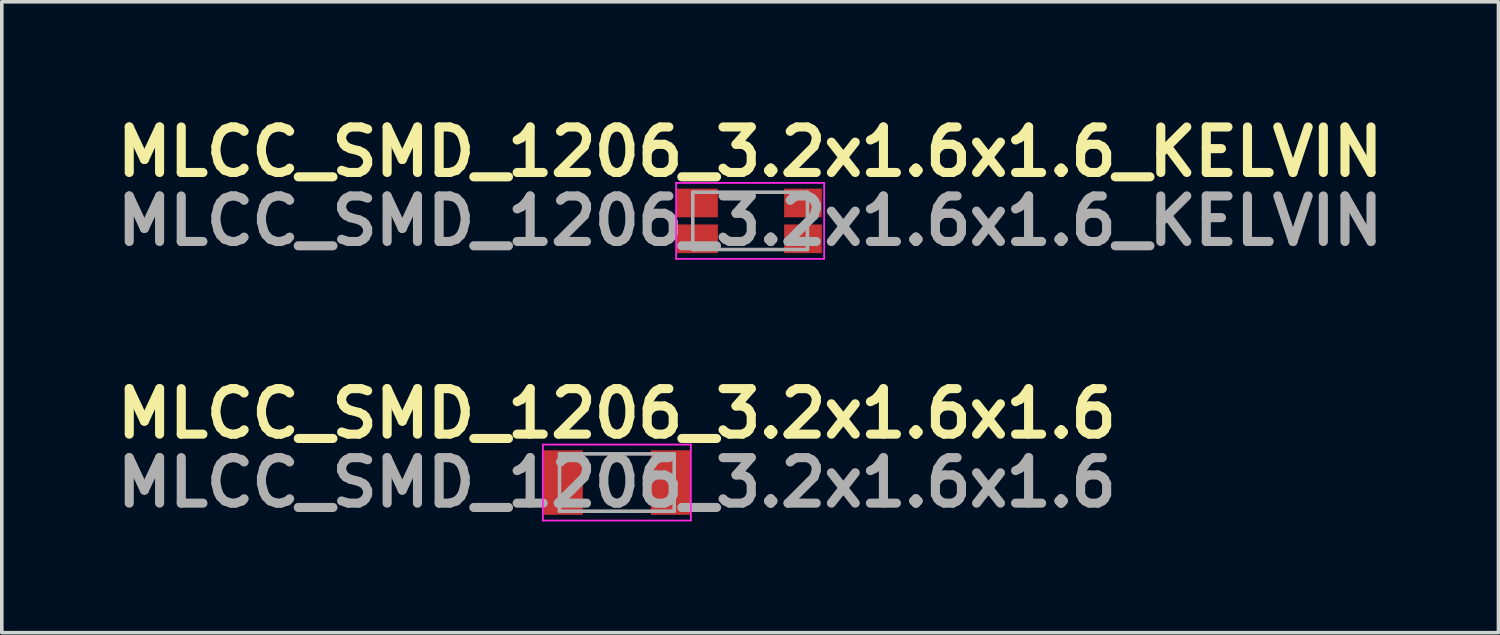
<source format=kicad_pcb>
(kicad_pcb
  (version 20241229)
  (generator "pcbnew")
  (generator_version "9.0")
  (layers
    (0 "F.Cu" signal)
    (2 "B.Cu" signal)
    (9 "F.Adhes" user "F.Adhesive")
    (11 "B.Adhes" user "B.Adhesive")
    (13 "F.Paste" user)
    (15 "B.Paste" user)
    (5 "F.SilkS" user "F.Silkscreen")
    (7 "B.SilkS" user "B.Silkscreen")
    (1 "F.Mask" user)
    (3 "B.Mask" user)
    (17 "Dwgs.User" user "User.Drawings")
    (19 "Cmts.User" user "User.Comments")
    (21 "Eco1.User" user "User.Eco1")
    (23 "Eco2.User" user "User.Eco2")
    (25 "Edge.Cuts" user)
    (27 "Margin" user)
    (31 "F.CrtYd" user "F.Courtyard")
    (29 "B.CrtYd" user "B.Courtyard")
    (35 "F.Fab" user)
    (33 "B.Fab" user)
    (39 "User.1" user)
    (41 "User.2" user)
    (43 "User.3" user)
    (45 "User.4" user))
  (footprint "MLCC_SMD_1206_3.2x1.6x1.6"
    (layer "F.Cu")
    (at 14.164 10.416)
    (property "Reference" "MLCC_SMD_1206_3.2x1.6x1.6" (at 0 -1.925 0) (layer "F.SilkS") (effects (font (size 1.27 1.27) (thickness 0.254))))
    (attr smd)
    (fp_line (start -2.065 -1.06) (end 2.065 -1.06) (stroke (width 0.05) (type solid)) (layer "F.CrtYd"))
    (fp_line (start -2.065 1.06) (end -2.065 -1.06) (stroke (width 0.05) (type solid)) (layer "F.CrtYd"))
    (fp_line (start 2.065 -1.06) (end 2.065 1.06) (stroke (width 0.05) (type solid)) (layer "F.CrtYd"))
    (fp_line (start 2.065 1.06) (end -2.065 1.06) (stroke (width 0.05) (type solid)) (layer "F.CrtYd"))
    (fp_line (start -1.6 -0.8) (end 1.6 -0.8) (stroke (width 0.1) (type solid)) (layer "F.Fab"))
    (fp_line (start -1.6 0.8) (end -1.6 -0.8) (stroke (width 0.1) (type solid)) (layer "F.Fab"))
    (fp_line (start 1.6 -0.8) (end 1.6 0.8) (stroke (width 0.1) (type solid)) (layer "F.Fab"))
    (fp_line (start 1.6 0.8) (end -1.6 0.8) (stroke (width 0.1) (type solid)) (layer "F.Fab"))
    (fp_text user "${REFERENCE}" (at 0 0 0) (layer "F.Fab") (effects (font (size 1.27 1.27) (thickness 0.254))))
    (pad "1" smd rect (at -1.5 0) (size 1.1 1.8) (layers "F.Cu" "F.Mask" "F.Paste"))
    (pad "2" smd rect (at 1.5 0) (size 1.1 1.8) (layers "F.Cu" "F.Mask" "F.Paste")))
  (footprint "MLCC_SMD_1206_3.2x1.6x1.6_KELVIN"
    (layer "F.Cu")
    (at 17.883 3.114)
    (property "Reference" "MLCC_SMD_1206_3.2x1.6x1.6_KELVIN" (at 0 -1.925 0) (layer "F.SilkS") (effects (font (size 1.27 1.27) (thickness 0.254))))
    (attr smd)
    (fp_line (start -2.065 -1.06) (end 2.065 -1.06) (stroke (width 0.05) (type solid)) (layer "F.CrtYd"))
    (fp_line (start -2.065 1.06) (end -2.065 -1.06) (stroke (width 0.05) (type solid)) (layer "F.CrtYd"))
    (fp_line (start 2.065 -1.06) (end 2.065 1.06) (stroke (width 0.05) (type solid)) (layer "F.CrtYd"))
    (fp_line (start 2.065 1.06) (end -2.065 1.06) (stroke (width 0.05) (type solid)) (layer "F.CrtYd"))
    (fp_line (start -1.6 -0.8) (end 1.6 -0.8) (stroke (width 0.1) (type solid)) (layer "F.Fab"))
    (fp_line (start -1.6 0.8) (end -1.6 -0.8) (stroke (width 0.1) (type solid)) (layer "F.Fab"))
    (fp_line (start 1.6 -0.8) (end 1.6 0.8) (stroke (width 0.1) (type solid)) (layer "F.Fab"))
    (fp_line (start 1.6 0.8) (end -1.6 0.8) (stroke (width 0.1) (type solid)) (layer "F.Fab"))
    (fp_text user "${REFERENCE}" (at 0 0 0) (layer "F.Fab") (effects (font (size 1.27 1.27) (thickness 0.254))))
    (pad "1" smd rect (at 1.475 0.5) (size 1.05 0.8) (layers "F.Cu" "F.Mask" "F.Paste"))
    (pad "2" smd rect (at 1.475 -0.5) (size 1.05 0.8) (layers "F.Cu" "F.Mask" "F.Paste"))
    (pad "3" smd rect (at -1.475 0.5) (size 1.15 0.8) (layers "F.Cu" "F.Mask" "F.Paste"))
    (pad "4" smd rect (at -1.475 -0.5) (size 1.15 0.8) (layers "F.Cu" "F.Mask" "F.Paste")))
  (gr_rect
    (start -3 -3)
    (end 38.766 14.605)
    (stroke (width 0.1) (type default))
    (fill no)
    (layer "Edge.Cuts")))
</source>
